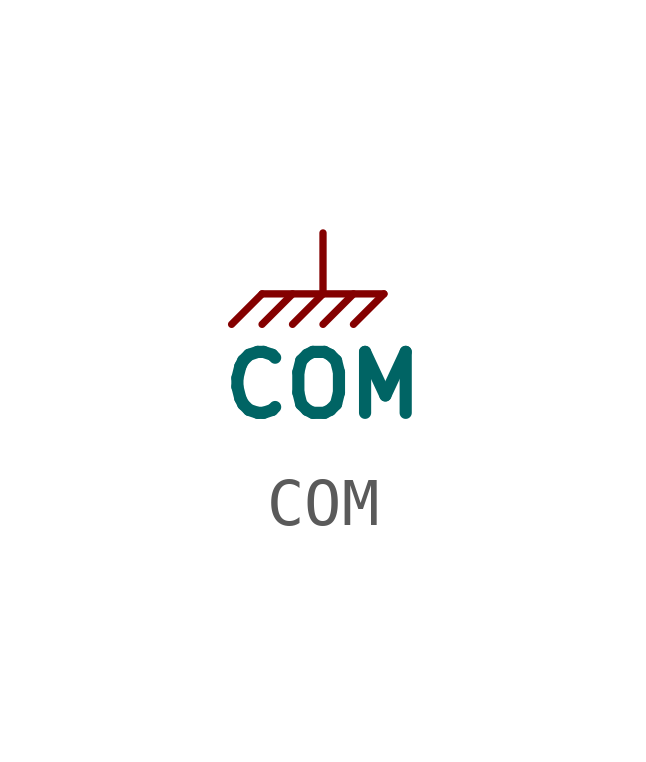
<source format=kicad_sym>
(kicad_symbol_lib
  (version 20231120)
  (generator "kicad_symbol_editor")
  (generator_version "8.0")
  (symbol "COM"
    (power)
    (pin_names
      (offset 0))
    (property "Reference" "#PWR"
      (at 0 -3.81 0)
      (effects (font (size 1.27 1.27)) (hide yes)))
    (property "Value" "COM"
      (at 0 -3.175 0)
      (effects (font (size 1.27 1.27) (bold yes))))
    (symbol "COM_0_1"
      (polyline (pts (xy -1.27 -1.27) (xy -1.905 -1.905)) (stroke (width 0) (type default)) (fill (type none)))
      (polyline (pts (xy -1.27 -1.27) (xy 1.27 -1.27)) (stroke (width 0) (type solid)) (fill (type none)))
      (polyline (pts (xy -0.635 -1.27) (xy -1.27 -1.905)) (stroke (width 0) (type default)) (fill (type none)))
      (polyline (pts (xy 0 -1.27) (xy -0.635 -1.905)) (stroke (width 0) (type default)) (fill (type none)))
      (polyline (pts (xy 0 0) (xy 0 -1.27)) (stroke (width 0) (type solid)) (fill (type none)))
      (polyline (pts (xy 0.635 -1.27) (xy 0 -1.905)) (stroke (width 0) (type default)) (fill (type none)))
      (polyline (pts (xy 1.27 -1.27) (xy 0.635 -1.905)) (stroke (width 0) (type default)) (fill (type none))))
    (symbol "COM_1_1"
      (pin power_in line (at 0 0 90) (length 0) hide (name "COM" (effects (font (size 1.27 1.27)))) (number "1" (effects (font (size 1.27 1.27))))))))
</source>
